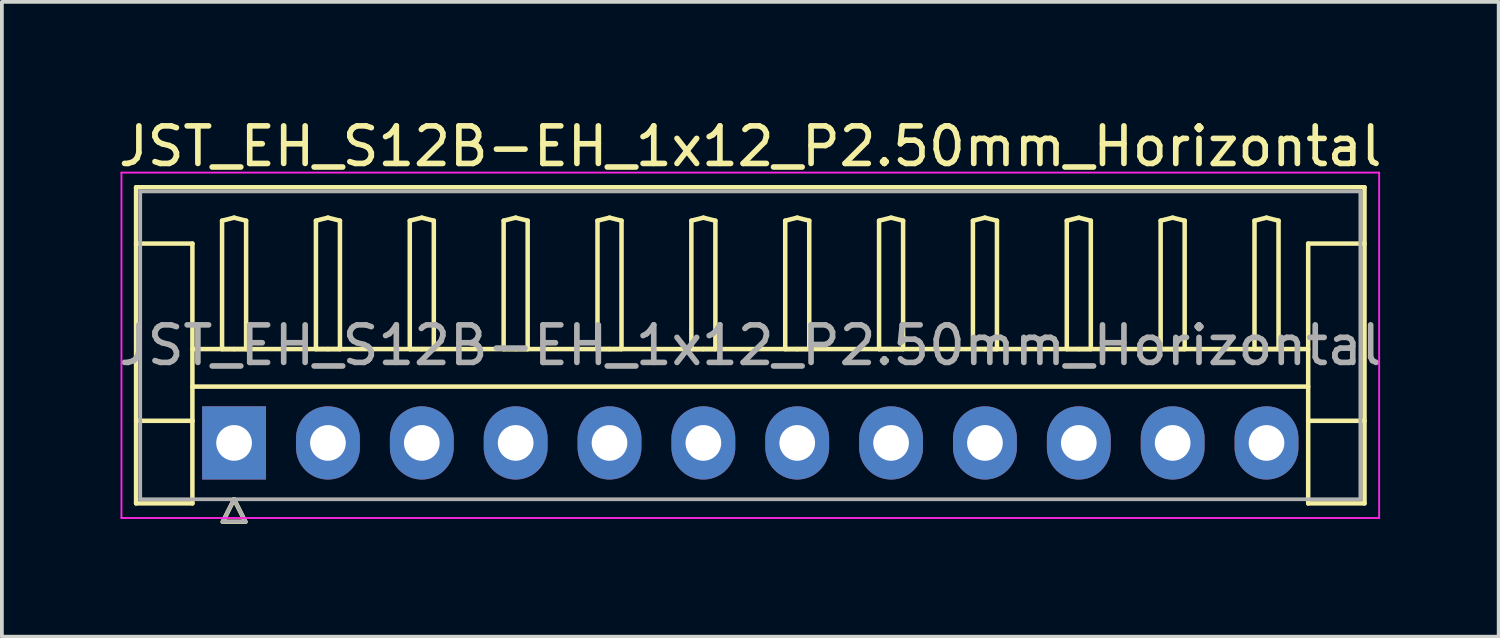
<source format=kicad_pcb>
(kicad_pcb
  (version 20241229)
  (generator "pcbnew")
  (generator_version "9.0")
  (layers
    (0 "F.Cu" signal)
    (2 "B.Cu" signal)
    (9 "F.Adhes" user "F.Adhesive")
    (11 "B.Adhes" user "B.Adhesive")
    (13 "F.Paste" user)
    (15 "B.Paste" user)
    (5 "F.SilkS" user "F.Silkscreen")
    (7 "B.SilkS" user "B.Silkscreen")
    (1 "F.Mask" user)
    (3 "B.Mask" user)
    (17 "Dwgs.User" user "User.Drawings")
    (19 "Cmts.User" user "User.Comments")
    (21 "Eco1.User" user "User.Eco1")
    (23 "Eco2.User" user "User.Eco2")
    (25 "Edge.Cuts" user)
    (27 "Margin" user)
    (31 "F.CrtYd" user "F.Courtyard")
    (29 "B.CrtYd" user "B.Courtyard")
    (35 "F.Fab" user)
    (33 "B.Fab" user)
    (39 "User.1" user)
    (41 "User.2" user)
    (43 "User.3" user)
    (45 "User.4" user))
  (footprint "JST_EH_S12B-EH_1x12_P2.50mm_Horizontal"
    (layer "F.Cu")
    (at 3.185 8.748)
    (property "Reference" "JST_EH_S12B-EH_1x12_P2.50mm_Horizontal" (at 13.75 -7.9 0) (layer "F.SilkS") (effects (font (size 1 1) (thickness 0.15))))
    (attr through_hole)
    (fp_line (start -2.61 -6.81) (end 30.11 -6.81) (stroke (width 0.12) (type solid)) (layer "F.SilkS"))
    (fp_line (start -2.61 -5.31) (end -1.11 -5.31) (stroke (width 0.12) (type solid)) (layer "F.SilkS"))
    (fp_line (start -2.61 1.61) (end -2.61 -6.81) (stroke (width 0.12) (type solid)) (layer "F.SilkS"))
    (fp_line (start -1.11 -5.31) (end -1.11 -0.59) (stroke (width 0.12) (type solid)) (layer "F.SilkS"))
    (fp_line (start -1.11 -2.5) (end 28.61 -2.5) (stroke (width 0.12) (type solid)) (layer "F.SilkS"))
    (fp_line (start -1.11 -1.5) (end 28.61 -1.5) (stroke (width 0.12) (type solid)) (layer "F.SilkS"))
    (fp_line (start -1.11 -0.59) (end -2.61 -0.59) (stroke (width 0.12) (type solid)) (layer "F.SilkS"))
    (fp_line (start -1.11 -0.59) (end -1.11 1.61) (stroke (width 0.12) (type solid)) (layer "F.SilkS"))
    (fp_line (start -1.11 1.61) (end -2.61 1.61) (stroke (width 0.12) (type solid)) (layer "F.SilkS"))
    (fp_line (start -0.32 -5.92) (end 0 -6) (stroke (width 0.12) (type solid)) (layer "F.SilkS"))
    (fp_line (start -0.32 -2.5) (end -0.32 -5.92) (stroke (width 0.12) (type solid)) (layer "F.SilkS"))
    (fp_line (start -0.3 2.1) (end 0.3 2.1) (stroke (width 0.12) (type solid)) (layer "F.SilkS"))
    (fp_line (start 0 -6) (end 0.32 -5.92) (stroke (width 0.12) (type solid)) (layer "F.SilkS"))
    (fp_line (start 0 -2.5) (end -0.32 -2.5) (stroke (width 0.12) (type solid)) (layer "F.SilkS"))
    (fp_line (start 0 1.5) (end -0.3 2.1) (stroke (width 0.12) (type solid)) (layer "F.SilkS"))
    (fp_line (start 0.3 2.1) (end 0 1.5) (stroke (width 0.12) (type solid)) (layer "F.SilkS"))
    (fp_line (start 0.32 -5.92) (end 0.32 -2.5) (stroke (width 0.12) (type solid)) (layer "F.SilkS"))
    (fp_line (start 0.32 -2.5) (end 0 -2.5) (stroke (width 0.12) (type solid)) (layer "F.SilkS"))
    (fp_line (start 2.18 -5.92) (end 2.5 -6) (stroke (width 0.12) (type solid)) (layer "F.SilkS"))
    (fp_line (start 2.18 -2.5) (end 2.18 -5.92) (stroke (width 0.12) (type solid)) (layer "F.SilkS"))
    (fp_line (start 2.5 -6) (end 2.82 -5.92) (stroke (width 0.12) (type solid)) (layer "F.SilkS"))
    (fp_line (start 2.5 -2.5) (end 2.18 -2.5) (stroke (width 0.12) (type solid)) (layer "F.SilkS"))
    (fp_line (start 2.82 -5.92) (end 2.82 -2.5) (stroke (width 0.12) (type solid)) (layer "F.SilkS"))
    (fp_line (start 2.82 -2.5) (end 2.5 -2.5) (stroke (width 0.12) (type solid)) (layer "F.SilkS"))
    (fp_line (start 4.68 -5.92) (end 5 -6) (stroke (width 0.12) (type solid)) (layer "F.SilkS"))
    (fp_line (start 4.68 -2.5) (end 4.68 -5.92) (stroke (width 0.12) (type solid)) (layer "F.SilkS"))
    (fp_line (start 5 -6) (end 5.32 -5.92) (stroke (width 0.12) (type solid)) (layer "F.SilkS"))
    (fp_line (start 5 -2.5) (end 4.68 -2.5) (stroke (width 0.12) (type solid)) (layer "F.SilkS"))
    (fp_line (start 5.32 -5.92) (end 5.32 -2.5) (stroke (width 0.12) (type solid)) (layer "F.SilkS"))
    (fp_line (start 5.32 -2.5) (end 5 -2.5) (stroke (width 0.12) (type solid)) (layer "F.SilkS"))
    (fp_line (start 7.18 -5.92) (end 7.5 -6) (stroke (width 0.12) (type solid)) (layer "F.SilkS"))
    (fp_line (start 7.18 -2.5) (end 7.18 -5.92) (stroke (width 0.12) (type solid)) (layer "F.SilkS"))
    (fp_line (start 7.5 -6) (end 7.82 -5.92) (stroke (width 0.12) (type solid)) (layer "F.SilkS"))
    (fp_line (start 7.5 -2.5) (end 7.18 -2.5) (stroke (width 0.12) (type solid)) (layer "F.SilkS"))
    (fp_line (start 7.82 -5.92) (end 7.82 -2.5) (stroke (width 0.12) (type solid)) (layer "F.SilkS"))
    (fp_line (start 7.82 -2.5) (end 7.5 -2.5) (stroke (width 0.12) (type solid)) (layer "F.SilkS"))
    (fp_line (start 9.68 -5.92) (end 10 -6) (stroke (width 0.12) (type solid)) (layer "F.SilkS"))
    (fp_line (start 9.68 -2.5) (end 9.68 -5.92) (stroke (width 0.12) (type solid)) (layer "F.SilkS"))
    (fp_line (start 10 -6) (end 10.32 -5.92) (stroke (width 0.12) (type solid)) (layer "F.SilkS"))
    (fp_line (start 10 -2.5) (end 9.68 -2.5) (stroke (width 0.12) (type solid)) (layer "F.SilkS"))
    (fp_line (start 10.32 -5.92) (end 10.32 -2.5) (stroke (width 0.12) (type solid)) (layer "F.SilkS"))
    (fp_line (start 10.32 -2.5) (end 10 -2.5) (stroke (width 0.12) (type solid)) (layer "F.SilkS"))
    (fp_line (start 12.18 -5.92) (end 12.5 -6) (stroke (width 0.12) (type solid)) (layer "F.SilkS"))
    (fp_line (start 12.18 -2.5) (end 12.18 -5.92) (stroke (width 0.12) (type solid)) (layer "F.SilkS"))
    (fp_line (start 12.5 -6) (end 12.82 -5.92) (stroke (width 0.12) (type solid)) (layer "F.SilkS"))
    (fp_line (start 12.5 -2.5) (end 12.18 -2.5) (stroke (width 0.12) (type solid)) (layer "F.SilkS"))
    (fp_line (start 12.82 -5.92) (end 12.82 -2.5) (stroke (width 0.12) (type solid)) (layer "F.SilkS"))
    (fp_line (start 12.82 -2.5) (end 12.5 -2.5) (stroke (width 0.12) (type solid)) (layer "F.SilkS"))
    (fp_line (start 14.68 -5.92) (end 15 -6) (stroke (width 0.12) (type solid)) (layer "F.SilkS"))
    (fp_line (start 14.68 -2.5) (end 14.68 -5.92) (stroke (width 0.12) (type solid)) (layer "F.SilkS"))
    (fp_line (start 15 -6) (end 15.32 -5.92) (stroke (width 0.12) (type solid)) (layer "F.SilkS"))
    (fp_line (start 15 -2.5) (end 14.68 -2.5) (stroke (width 0.12) (type solid)) (layer "F.SilkS"))
    (fp_line (start 15.32 -5.92) (end 15.32 -2.5) (stroke (width 0.12) (type solid)) (layer "F.SilkS"))
    (fp_line (start 15.32 -2.5) (end 15 -2.5) (stroke (width 0.12) (type solid)) (layer "F.SilkS"))
    (fp_line (start 17.18 -5.92) (end 17.5 -6) (stroke (width 0.12) (type solid)) (layer "F.SilkS"))
    (fp_line (start 17.18 -2.5) (end 17.18 -5.92) (stroke (width 0.12) (type solid)) (layer "F.SilkS"))
    (fp_line (start 17.5 -6) (end 17.82 -5.92) (stroke (width 0.12) (type solid)) (layer "F.SilkS"))
    (fp_line (start 17.5 -2.5) (end 17.18 -2.5) (stroke (width 0.12) (type solid)) (layer "F.SilkS"))
    (fp_line (start 17.82 -5.92) (end 17.82 -2.5) (stroke (width 0.12) (type solid)) (layer "F.SilkS"))
    (fp_line (start 17.82 -2.5) (end 17.5 -2.5) (stroke (width 0.12) (type solid)) (layer "F.SilkS"))
    (fp_line (start 19.68 -5.92) (end 20 -6) (stroke (width 0.12) (type solid)) (layer "F.SilkS"))
    (fp_line (start 19.68 -2.5) (end 19.68 -5.92) (stroke (width 0.12) (type solid)) (layer "F.SilkS"))
    (fp_line (start 20 -6) (end 20.32 -5.92) (stroke (width 0.12) (type solid)) (layer "F.SilkS"))
    (fp_line (start 20 -2.5) (end 19.68 -2.5) (stroke (width 0.12) (type solid)) (layer "F.SilkS"))
    (fp_line (start 20.32 -5.92) (end 20.32 -2.5) (stroke (width 0.12) (type solid)) (layer "F.SilkS"))
    (fp_line (start 20.32 -2.5) (end 20 -2.5) (stroke (width 0.12) (type solid)) (layer "F.SilkS"))
    (fp_line (start 22.18 -5.92) (end 22.5 -6) (stroke (width 0.12) (type solid)) (layer "F.SilkS"))
    (fp_line (start 22.18 -2.5) (end 22.18 -5.92) (stroke (width 0.12) (type solid)) (layer "F.SilkS"))
    (fp_line (start 22.5 -6) (end 22.82 -5.92) (stroke (width 0.12) (type solid)) (layer "F.SilkS"))
    (fp_line (start 22.5 -2.5) (end 22.18 -2.5) (stroke (width 0.12) (type solid)) (layer "F.SilkS"))
    (fp_line (start 22.82 -5.92) (end 22.82 -2.5) (stroke (width 0.12) (type solid)) (layer "F.SilkS"))
    (fp_line (start 22.82 -2.5) (end 22.5 -2.5) (stroke (width 0.12) (type solid)) (layer "F.SilkS"))
    (fp_line (start 24.68 -5.92) (end 25 -6) (stroke (width 0.12) (type solid)) (layer "F.SilkS"))
    (fp_line (start 24.68 -2.5) (end 24.68 -5.92) (stroke (width 0.12) (type solid)) (layer "F.SilkS"))
    (fp_line (start 25 -6) (end 25.32 -5.92) (stroke (width 0.12) (type solid)) (layer "F.SilkS"))
    (fp_line (start 25 -2.5) (end 24.68 -2.5) (stroke (width 0.12) (type solid)) (layer "F.SilkS"))
    (fp_line (start 25.32 -5.92) (end 25.32 -2.5) (stroke (width 0.12) (type solid)) (layer "F.SilkS"))
    (fp_line (start 25.32 -2.5) (end 25 -2.5) (stroke (width 0.12) (type solid)) (layer "F.SilkS"))
    (fp_line (start 27.18 -5.92) (end 27.5 -6) (stroke (width 0.12) (type solid)) (layer "F.SilkS"))
    (fp_line (start 27.18 -2.5) (end 27.18 -5.92) (stroke (width 0.12) (type solid)) (layer "F.SilkS"))
    (fp_line (start 27.5 -6) (end 27.82 -5.92) (stroke (width 0.12) (type solid)) (layer "F.SilkS"))
    (fp_line (start 27.5 -2.5) (end 27.18 -2.5) (stroke (width 0.12) (type solid)) (layer "F.SilkS"))
    (fp_line (start 27.82 -5.92) (end 27.82 -2.5) (stroke (width 0.12) (type solid)) (layer "F.SilkS"))
    (fp_line (start 27.82 -2.5) (end 27.5 -2.5) (stroke (width 0.12) (type solid)) (layer "F.SilkS"))
    (fp_line (start 28.61 -5.31) (end 28.61 -0.59) (stroke (width 0.12) (type solid)) (layer "F.SilkS"))
    (fp_line (start 28.61 -0.59) (end 30.11 -0.59) (stroke (width 0.12) (type solid)) (layer "F.SilkS"))
    (fp_line (start 28.61 1.61) (end 28.61 -0.59) (stroke (width 0.12) (type solid)) (layer "F.SilkS"))
    (fp_line (start 30.11 -6.81) (end 30.11 1.61) (stroke (width 0.12) (type solid)) (layer "F.SilkS"))
    (fp_line (start 30.11 -5.31) (end 28.61 -5.31) (stroke (width 0.12) (type solid)) (layer "F.SilkS"))
    (fp_line (start 30.11 1.61) (end 28.61 1.61) (stroke (width 0.12) (type solid)) (layer "F.SilkS"))
    (fp_line (start -3 -7.2) (end -3 2) (stroke (width 0.05) (type solid)) (layer "F.CrtYd"))
    (fp_line (start -3 2) (end 30.5 2) (stroke (width 0.05) (type solid)) (layer "F.CrtYd"))
    (fp_line (start 30.5 -7.2) (end -3 -7.2) (stroke (width 0.05) (type solid)) (layer "F.CrtYd"))
    (fp_line (start 30.5 2) (end 30.5 -7.2) (stroke (width 0.05) (type solid)) (layer "F.CrtYd"))
    (fp_line (start -2.5 -6.7) (end -2.5 1.5) (stroke (width 0.1) (type solid)) (layer "F.Fab"))
    (fp_line (start -2.5 1.5) (end 30 1.5) (stroke (width 0.1) (type solid)) (layer "F.Fab"))
    (fp_line (start -0.3 2.1) (end 0.3 2.1) (stroke (width 0.1) (type solid)) (layer "F.Fab"))
    (fp_line (start 0 1.5) (end -0.3 2.1) (stroke (width 0.1) (type solid)) (layer "F.Fab"))
    (fp_line (start 0.3 2.1) (end 0 1.5) (stroke (width 0.1) (type solid)) (layer "F.Fab"))
    (fp_line (start 30 -6.7) (end -2.5 -6.7) (stroke (width 0.1) (type solid)) (layer "F.Fab"))
    (fp_line (start 30 1.5) (end 30 -6.7) (stroke (width 0.1) (type solid)) (layer "F.Fab"))
    (fp_text user "${REFERENCE}" (at 13.75 -2.6 0) (layer "F.Fab") (effects (font (size 1 1) (thickness 0.15))))
    (pad "1" thru_hole rect (at 0 0) (size 1.7 1.95) (drill 0.95) (layers "*.Cu" "*.Mask"))
    (pad "2" thru_hole oval (at 2.5 0) (size 1.7 1.95) (drill 0.95) (layers "*.Cu" "*.Mask"))
    (pad "3" thru_hole oval (at 5 0) (size 1.7 1.95) (drill 0.95) (layers "*.Cu" "*.Mask"))
    (pad "4" thru_hole oval (at 7.5 0) (size 1.7 1.95) (drill 0.95) (layers "*.Cu" "*.Mask"))
    (pad "5" thru_hole oval (at 10 0) (size 1.7 1.95) (drill 0.95) (layers "*.Cu" "*.Mask"))
    (pad "6" thru_hole oval (at 12.5 0) (size 1.7 1.95) (drill 0.95) (layers "*.Cu" "*.Mask"))
    (pad "7" thru_hole oval (at 15 0) (size 1.7 1.95) (drill 0.95) (layers "*.Cu" "*.Mask"))
    (pad "8" thru_hole oval (at 17.5 0) (size 1.7 1.95) (drill 0.95) (layers "*.Cu" "*.Mask"))
    (pad "9" thru_hole oval (at 20 0) (size 1.7 1.95) (drill 0.95) (layers "*.Cu" "*.Mask"))
    (pad "10" thru_hole oval (at 22.5 0) (size 1.7 1.95) (drill 0.95) (layers "*.Cu" "*.Mask"))
    (pad "11" thru_hole oval (at 25 0) (size 1.7 1.95) (drill 0.95) (layers "*.Cu" "*.Mask"))
    (pad "12" thru_hole oval (at 27.5 0) (size 1.7 1.95) (drill 0.95) (layers "*.Cu" "*.Mask")))
  (gr_rect
    (start -3 -3)
    (end 36.869 13.908)
    (stroke (width 0.1) (type default))
    (fill no)
    (layer "Edge.Cuts")))
</source>
